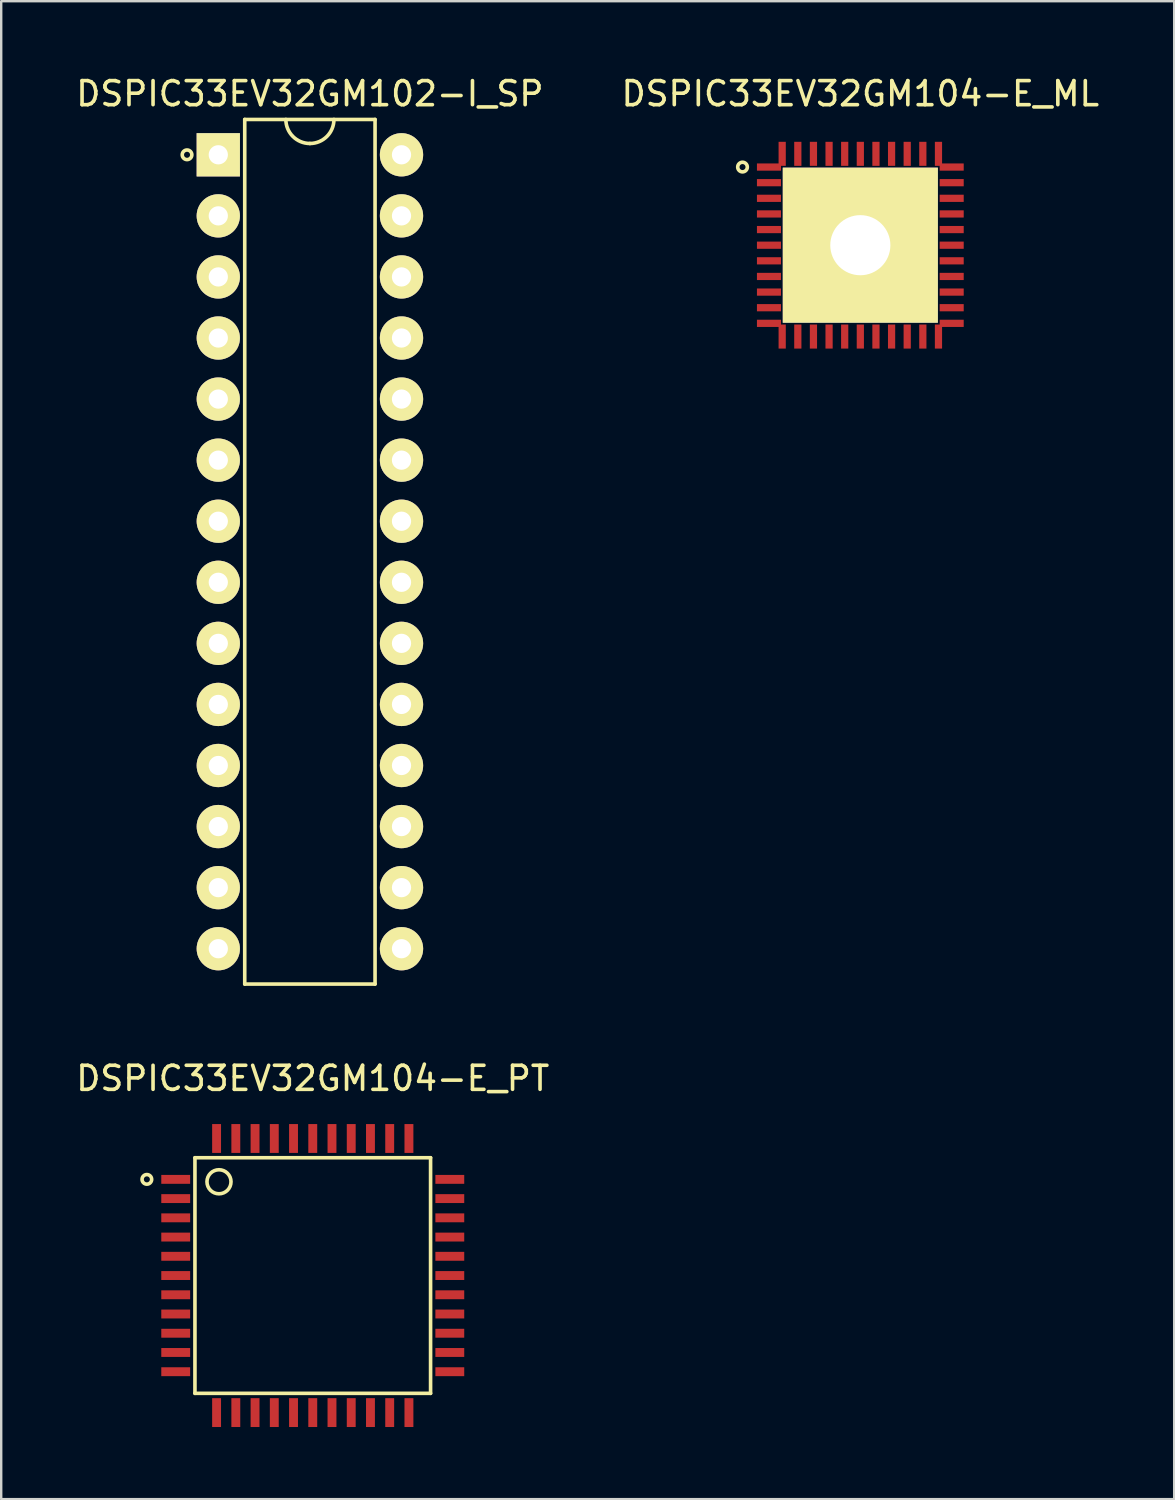
<source format=kicad_pcb>
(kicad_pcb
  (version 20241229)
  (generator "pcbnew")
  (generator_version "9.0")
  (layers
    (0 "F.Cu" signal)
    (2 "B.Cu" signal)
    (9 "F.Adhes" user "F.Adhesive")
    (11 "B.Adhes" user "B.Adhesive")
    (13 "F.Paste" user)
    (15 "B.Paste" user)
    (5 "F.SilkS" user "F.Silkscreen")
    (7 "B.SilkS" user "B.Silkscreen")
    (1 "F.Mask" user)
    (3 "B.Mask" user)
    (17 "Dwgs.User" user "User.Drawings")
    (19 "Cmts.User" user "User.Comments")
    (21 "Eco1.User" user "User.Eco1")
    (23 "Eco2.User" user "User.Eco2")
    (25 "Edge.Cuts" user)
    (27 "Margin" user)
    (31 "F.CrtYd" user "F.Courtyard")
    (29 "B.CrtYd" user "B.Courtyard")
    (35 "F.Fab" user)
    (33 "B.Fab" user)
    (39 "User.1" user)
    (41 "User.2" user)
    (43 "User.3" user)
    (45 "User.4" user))
  (footprint "DSPIC33EV32GM104-E_ML"
    (layer "F.Cu")
    (at 28.932 3.348)
    (property "Reference" "DSPIC33EV32GM104-E_ML" (at 3.8 -2.5 0) (layer "F.SilkS") (effects (font (size 1 1) (thickness 0.15))))
    (attr through_hole)
    (fp_line (start 0.7 0.7) (end 0.7 6.9) (stroke (width 0.15) (type solid)) (layer "F.SilkS"))
    (fp_line (start 0.7 0.7) (end 6.9 0.7) (stroke (width 0.15) (type solid)) (layer "F.SilkS"))
    (fp_line (start 0.7 6.9) (end 6.9 6.9) (stroke (width 0.15) (type solid)) (layer "F.SilkS"))
    (fp_line (start 6.9 6.9) (end 6.9 0.7) (stroke (width 0.15) (type solid)) (layer "F.SilkS"))
    (fp_circle (center -1.1 0.55) (end -1.1 0.35) (stroke (width 0.15) (type solid)) (fill no) (layer "F.SilkS"))
    (fp_circle (center 1.7 1.7) (end 1.7 1.2) (stroke (width 0.15) (type solid)) (fill no) (layer "F.SilkS"))
    (pad "1" smd rect (at 0 0.55) (size 1 0.3) (layers "F.Cu" "F.Mask" "F.Paste"))
    (pad "2" smd rect (at 0 1.2) (size 1 0.3) (layers "F.Cu" "F.Mask" "F.Paste"))
    (pad "3" smd rect (at 0 1.85) (size 1 0.3) (layers "F.Cu" "F.Mask" "F.Paste"))
    (pad "4" smd rect (at 0 2.5) (size 1 0.3) (layers "F.Cu" "F.Mask" "F.Paste"))
    (pad "5" smd rect (at 0 3.15) (size 1 0.3) (layers "F.Cu" "F.Mask" "F.Paste"))
    (pad "6" smd rect (at 0 3.8) (size 1 0.3) (layers "F.Cu" "F.Mask" "F.Paste"))
    (pad "7" smd rect (at 0 4.45) (size 1 0.3) (layers "F.Cu" "F.Mask" "F.Paste"))
    (pad "8" smd rect (at 0 5.1) (size 1 0.3) (layers "F.Cu" "F.Mask" "F.Paste"))
    (pad "9" smd rect (at 0 5.75) (size 1 0.3) (layers "F.Cu" "F.Mask" "F.Paste"))
    (pad "10" smd rect (at 0 6.4) (size 1 0.3) (layers "F.Cu" "F.Mask" "F.Paste"))
    (pad "11" smd rect (at 0 7.05) (size 1 0.3) (layers "F.Cu" "F.Mask" "F.Paste"))
    (pad "12" smd rect (at 0.55 7.6) (size 0.3 1) (layers "F.Cu" "F.Mask" "F.Paste"))
    (pad "13" smd rect (at 1.2 7.6) (size 0.3 1) (layers "F.Cu" "F.Mask" "F.Paste"))
    (pad "14" smd rect (at 1.85 7.6) (size 0.3 1) (layers "F.Cu" "F.Mask" "F.Paste"))
    (pad "15" smd rect (at 2.5 7.6) (size 0.3 1) (layers "F.Cu" "F.Mask" "F.Paste"))
    (pad "16" smd rect (at 3.15 7.6) (size 0.3 1) (layers "F.Cu" "F.Mask" "F.Paste"))
    (pad "17" smd rect (at 3.8 7.6) (size 0.3 1) (layers "F.Cu" "F.Mask" "F.Paste"))
    (pad "18" smd rect (at 4.45 7.6) (size 0.3 1) (layers "F.Cu" "F.Mask" "F.Paste"))
    (pad "19" smd rect (at 5.1 7.6) (size 0.3 1) (layers "F.Cu" "F.Mask" "F.Paste"))
    (pad "20" smd rect (at 5.75 7.6) (size 0.3 1) (layers "F.Cu" "F.Mask" "F.Paste"))
    (pad "21" smd rect (at 6.4 7.6) (size 0.3 1) (layers "F.Cu" "F.Mask" "F.Paste"))
    (pad "22" smd rect (at 7.05 7.6) (size 0.3 1) (layers "F.Cu" "F.Mask" "F.Paste"))
    (pad "23" smd rect (at 7.6 7.05) (size 1 0.3) (layers "F.Cu" "F.Mask" "F.Paste"))
    (pad "24" smd rect (at 7.6 6.4) (size 1 0.3) (layers "F.Cu" "F.Mask" "F.Paste"))
    (pad "25" smd rect (at 7.6 5.75) (size 1 0.3) (layers "F.Cu" "F.Mask" "F.Paste"))
    (pad "26" smd rect (at 7.6 5.1) (size 1 0.3) (layers "F.Cu" "F.Mask" "F.Paste"))
    (pad "27" smd rect (at 7.6 4.45) (size 1 0.3) (layers "F.Cu" "F.Mask" "F.Paste"))
    (pad "28" smd rect (at 7.6 3.8) (size 1 0.3) (layers "F.Cu" "F.Mask" "F.Paste"))
    (pad "29" smd rect (at 7.6 3.15) (size 1 0.3) (layers "F.Cu" "F.Mask" "F.Paste"))
    (pad "30" smd rect (at 7.6 2.5) (size 1 0.3) (layers "F.Cu" "F.Mask" "F.Paste"))
    (pad "31" smd rect (at 7.6 1.85) (size 1 0.3) (layers "F.Cu" "F.Mask" "F.Paste"))
    (pad "32" smd rect (at 7.6 1.2) (size 1 0.3) (layers "F.Cu" "F.Mask" "F.Paste"))
    (pad "33" smd rect (at 7.6 0.55) (size 1 0.3) (layers "F.Cu" "F.Mask" "F.Paste"))
    (pad "34" smd rect (at 7.05 0) (size 0.3 1) (layers "F.Cu" "F.Mask" "F.Paste"))
    (pad "35" smd rect (at 6.4 0) (size 0.3 1) (layers "F.Cu" "F.Mask" "F.Paste"))
    (pad "36" smd rect (at 5.75 0) (size 0.3 1) (layers "F.Cu" "F.Mask" "F.Paste"))
    (pad "37" smd rect (at 5.1 0) (size 0.3 1) (layers "F.Cu" "F.Mask" "F.Paste"))
    (pad "38" smd rect (at 4.45 0) (size 0.3 1) (layers "F.Cu" "F.Mask" "F.Paste"))
    (pad "39" smd rect (at 3.8 0) (size 0.3 1) (layers "F.Cu" "F.Mask" "F.Paste"))
    (pad "40" smd rect (at 3.15 0) (size 0.3 1) (layers "F.Cu" "F.Mask" "F.Paste"))
    (pad "41" smd rect (at 2.5 0) (size 0.3 1) (layers "F.Cu" "F.Mask" "F.Paste"))
    (pad "42" smd rect (at 1.85 0) (size 0.3 1) (layers "F.Cu" "F.Mask" "F.Paste"))
    (pad "43" smd rect (at 1.2 0) (size 0.3 1) (layers "F.Cu" "F.Mask" "F.Paste"))
    (pad "44" smd rect (at 0.55 0) (size 0.3 1) (layers "F.Cu" "F.Mask" "F.Paste"))
    (pad "999" thru_hole rect (at 3.8 3.8) (size 6.45 6.45) (drill 2.5) (layers "*.Cu" "*.Mask" "F.SilkS")))
  (footprint "DSPIC33EV32GM102-I_SP"
    (layer "F.Cu")
    (at 6.029 3.388)
    (property "Reference" "DSPIC33EV32GM102-I_SP" (at 3.81 -2.54 0) (layer "F.SilkS") (effects (font (size 1 1) (thickness 0.15))))
    (attr through_hole)
    (fp_line (start 1.1 -1.47) (end 6.52 -1.47) (stroke (width 0.15) (type solid)) (layer "F.SilkS"))
    (fp_line (start 1.1 34.49) (end 1.1 -1.47) (stroke (width 0.15) (type solid)) (layer "F.SilkS"))
    (fp_line (start 6.52 -1.47) (end 6.52 34.49) (stroke (width 0.15) (type solid)) (layer "F.SilkS"))
    (fp_line (start 6.52 34.49) (end 1.1 34.49) (stroke (width 0.15) (type solid)) (layer "F.SilkS"))
    (fp_arc (start 3.81 -0.47) (mid 3.102893 -0.762893) (end 2.81 -1.47) (stroke (width 0.15) (type solid)) (layer "F.SilkS"))
    (fp_arc (start 4.81 -1.47) (mid 4.517107 -0.762893) (end 3.81 -0.47) (stroke (width 0.15) (type solid)) (layer "F.SilkS"))
    (fp_circle (center -1.3 0) (end -1.3 0.2) (stroke (width 0.15) (type solid)) (fill no) (layer "F.SilkS"))
    (pad "1" thru_hole rect (at 0 0) (size 1.8 1.8) (drill 0.8) (layers "*.Cu" "*.Mask" "F.SilkS"))
    (pad "2" thru_hole circle (at 0 2.54) (size 1.8 1.8) (drill 0.8) (layers "*.Cu" "*.Mask" "F.SilkS"))
    (pad "3" thru_hole circle (at 0 5.08) (size 1.8 1.8) (drill 0.8) (layers "*.Cu" "*.Mask" "F.SilkS"))
    (pad "4" thru_hole circle (at 0 7.62) (size 1.8 1.8) (drill 0.8) (layers "*.Cu" "*.Mask" "F.SilkS"))
    (pad "5" thru_hole circle (at 0 10.16) (size 1.8 1.8) (drill 0.8) (layers "*.Cu" "*.Mask" "F.SilkS"))
    (pad "6" thru_hole circle (at 0 12.7) (size 1.8 1.8) (drill 0.8) (layers "*.Cu" "*.Mask" "F.SilkS"))
    (pad "7" thru_hole circle (at 0 15.24) (size 1.8 1.8) (drill 0.8) (layers "*.Cu" "*.Mask" "F.SilkS"))
    (pad "8" thru_hole circle (at 0 17.78) (size 1.8 1.8) (drill 0.8) (layers "*.Cu" "*.Mask" "F.SilkS"))
    (pad "9" thru_hole circle (at 0 20.32) (size 1.8 1.8) (drill 0.8) (layers "*.Cu" "*.Mask" "F.SilkS"))
    (pad "10" thru_hole circle (at 0 22.86) (size 1.8 1.8) (drill 0.8) (layers "*.Cu" "*.Mask" "F.SilkS"))
    (pad "11" thru_hole circle (at 0 25.4) (size 1.8 1.8) (drill 0.8) (layers "*.Cu" "*.Mask" "F.SilkS"))
    (pad "12" thru_hole circle (at 0 27.94) (size 1.8 1.8) (drill 0.8) (layers "*.Cu" "*.Mask" "F.SilkS"))
    (pad "13" thru_hole circle (at 0 30.48) (size 1.8 1.8) (drill 0.8) (layers "*.Cu" "*.Mask" "F.SilkS"))
    (pad "14" thru_hole circle (at 0 33.02) (size 1.8 1.8) (drill 0.8) (layers "*.Cu" "*.Mask" "F.SilkS"))
    (pad "15" thru_hole circle (at 7.62 33.02) (size 1.8 1.8) (drill 0.8) (layers "*.Cu" "*.Mask" "F.SilkS"))
    (pad "16" thru_hole circle (at 7.62 30.48) (size 1.8 1.8) (drill 0.8) (layers "*.Cu" "*.Mask" "F.SilkS"))
    (pad "17" thru_hole circle (at 7.62 27.94) (size 1.8 1.8) (drill 0.8) (layers "*.Cu" "*.Mask" "F.SilkS"))
    (pad "18" thru_hole circle (at 7.62 25.4) (size 1.8 1.8) (drill 0.8) (layers "*.Cu" "*.Mask" "F.SilkS"))
    (pad "19" thru_hole circle (at 7.62 22.86) (size 1.8 1.8) (drill 0.8) (layers "*.Cu" "*.Mask" "F.SilkS"))
    (pad "20" thru_hole circle (at 7.62 20.32) (size 1.8 1.8) (drill 0.8) (layers "*.Cu" "*.Mask" "F.SilkS"))
    (pad "21" thru_hole circle (at 7.62 17.78) (size 1.8 1.8) (drill 0.8) (layers "*.Cu" "*.Mask" "F.SilkS"))
    (pad "22" thru_hole circle (at 7.62 15.24) (size 1.8 1.8) (drill 0.8) (layers "*.Cu" "*.Mask" "F.SilkS"))
    (pad "23" thru_hole circle (at 7.62 12.7) (size 1.8 1.8) (drill 0.8) (layers "*.Cu" "*.Mask" "F.SilkS"))
    (pad "24" thru_hole circle (at 7.62 10.16) (size 1.8 1.8) (drill 0.8) (layers "*.Cu" "*.Mask" "F.SilkS"))
    (pad "25" thru_hole circle (at 7.62 7.62) (size 1.8 1.8) (drill 0.8) (layers "*.Cu" "*.Mask" "F.SilkS"))
    (pad "26" thru_hole circle (at 7.62 5.08) (size 1.8 1.8) (drill 0.8) (layers "*.Cu" "*.Mask" "F.SilkS"))
    (pad "27" thru_hole circle (at 7.62 2.54) (size 1.8 1.8) (drill 0.8) (layers "*.Cu" "*.Mask" "F.SilkS"))
    (pad "28" thru_hole circle (at 7.62 0) (size 1.8 1.8) (drill 0.8) (layers "*.Cu" "*.Mask" "F.SilkS")))
  (footprint "DSPIC33EV32GM104-E_PT"
    (layer "F.Cu")
    (at 4.258 44.301)
    (property "Reference" "DSPIC33EV32GM104-E_PT" (at 5.7 -2.5 0) (layer "F.SilkS") (effects (font (size 1 1) (thickness 0.15))))
    (attr through_hole)
    (fp_line (start 0.8 0.8) (end 0.8 10.6) (stroke (width 0.15) (type solid)) (layer "F.SilkS"))
    (fp_line (start 0.8 0.8) (end 10.6 0.8) (stroke (width 0.15) (type solid)) (layer "F.SilkS"))
    (fp_line (start 0.8 10.6) (end 10.6 10.6) (stroke (width 0.15) (type solid)) (layer "F.SilkS"))
    (fp_line (start 10.6 10.6) (end 10.6 0.8) (stroke (width 0.15) (type solid)) (layer "F.SilkS"))
    (fp_circle (center -1.2 1.7) (end -1.2 1.5) (stroke (width 0.15) (type solid)) (fill no) (layer "F.SilkS"))
    (fp_circle (center 1.8 1.8) (end 1.8 1.3) (stroke (width 0.15) (type solid)) (fill no) (layer "F.SilkS"))
    (pad "1" smd rect (at 0 1.7) (size 1.2 0.37) (layers "F.Cu" "F.Mask" "F.Paste"))
    (pad "2" smd rect (at 0 2.5) (size 1.2 0.37) (layers "F.Cu" "F.Mask" "F.Paste"))
    (pad "3" smd rect (at 0 3.3) (size 1.2 0.37) (layers "F.Cu" "F.Mask" "F.Paste"))
    (pad "4" smd rect (at 0 4.1) (size 1.2 0.37) (layers "F.Cu" "F.Mask" "F.Paste"))
    (pad "5" smd rect (at 0 4.9) (size 1.2 0.37) (layers "F.Cu" "F.Mask" "F.Paste"))
    (pad "6" smd rect (at 0 5.7) (size 1.2 0.37) (layers "F.Cu" "F.Mask" "F.Paste"))
    (pad "7" smd rect (at 0 6.5) (size 1.2 0.37) (layers "F.Cu" "F.Mask" "F.Paste"))
    (pad "8" smd rect (at 0 7.3) (size 1.2 0.37) (layers "F.Cu" "F.Mask" "F.Paste"))
    (pad "9" smd rect (at 0 8.1) (size 1.2 0.37) (layers "F.Cu" "F.Mask" "F.Paste"))
    (pad "10" smd rect (at 0 8.9) (size 1.2 0.37) (layers "F.Cu" "F.Mask" "F.Paste"))
    (pad "11" smd rect (at 0 9.7) (size 1.2 0.37) (layers "F.Cu" "F.Mask" "F.Paste"))
    (pad "12" smd rect (at 1.7 11.4) (size 0.37 1.2) (layers "F.Cu" "F.Mask" "F.Paste"))
    (pad "13" smd rect (at 2.5 11.4) (size 0.37 1.2) (layers "F.Cu" "F.Mask" "F.Paste"))
    (pad "14" smd rect (at 3.3 11.4) (size 0.37 1.2) (layers "F.Cu" "F.Mask" "F.Paste"))
    (pad "15" smd rect (at 4.1 11.4) (size 0.37 1.2) (layers "F.Cu" "F.Mask" "F.Paste"))
    (pad "16" smd rect (at 4.9 11.4) (size 0.37 1.2) (layers "F.Cu" "F.Mask" "F.Paste"))
    (pad "17" smd rect (at 5.7 11.4) (size 0.37 1.2) (layers "F.Cu" "F.Mask" "F.Paste"))
    (pad "18" smd rect (at 6.5 11.4) (size 0.37 1.2) (layers "F.Cu" "F.Mask" "F.Paste"))
    (pad "19" smd rect (at 7.3 11.4) (size 0.37 1.2) (layers "F.Cu" "F.Mask" "F.Paste"))
    (pad "20" smd rect (at 8.1 11.4) (size 0.37 1.2) (layers "F.Cu" "F.Mask" "F.Paste"))
    (pad "21" smd rect (at 8.9 11.4) (size 0.37 1.2) (layers "F.Cu" "F.Mask" "F.Paste"))
    (pad "22" smd rect (at 9.7 11.4) (size 0.37 1.2) (layers "F.Cu" "F.Mask" "F.Paste"))
    (pad "23" smd rect (at 11.4 9.7) (size 1.2 0.37) (layers "F.Cu" "F.Mask" "F.Paste"))
    (pad "24" smd rect (at 11.4 8.9) (size 1.2 0.37) (layers "F.Cu" "F.Mask" "F.Paste"))
    (pad "25" smd rect (at 11.4 8.1) (size 1.2 0.37) (layers "F.Cu" "F.Mask" "F.Paste"))
    (pad "26" smd rect (at 11.4 7.3) (size 1.2 0.37) (layers "F.Cu" "F.Mask" "F.Paste"))
    (pad "27" smd rect (at 11.4 6.5) (size 1.2 0.37) (layers "F.Cu" "F.Mask" "F.Paste"))
    (pad "28" smd rect (at 11.4 5.7) (size 1.2 0.37) (layers "F.Cu" "F.Mask" "F.Paste"))
    (pad "29" smd rect (at 11.4 4.9) (size 1.2 0.37) (layers "F.Cu" "F.Mask" "F.Paste"))
    (pad "30" smd rect (at 11.4 4.1) (size 1.2 0.37) (layers "F.Cu" "F.Mask" "F.Paste"))
    (pad "31" smd rect (at 11.4 3.3) (size 1.2 0.37) (layers "F.Cu" "F.Mask" "F.Paste"))
    (pad "32" smd rect (at 11.4 2.5) (size 1.2 0.37) (layers "F.Cu" "F.Mask" "F.Paste"))
    (pad "33" smd rect (at 11.4 1.7) (size 1.2 0.37) (layers "F.Cu" "F.Mask" "F.Paste"))
    (pad "34" smd rect (at 9.7 0) (size 0.37 1.2) (layers "F.Cu" "F.Mask" "F.Paste"))
    (pad "35" smd rect (at 8.9 0) (size 0.37 1.2) (layers "F.Cu" "F.Mask" "F.Paste"))
    (pad "36" smd rect (at 8.1 0) (size 0.37 1.2) (layers "F.Cu" "F.Mask" "F.Paste"))
    (pad "37" smd rect (at 7.3 0) (size 0.37 1.2) (layers "F.Cu" "F.Mask" "F.Paste"))
    (pad "38" smd rect (at 6.5 0) (size 0.37 1.2) (layers "F.Cu" "F.Mask" "F.Paste"))
    (pad "39" smd rect (at 5.7 0) (size 0.37 1.2) (layers "F.Cu" "F.Mask" "F.Paste"))
    (pad "40" smd rect (at 4.9 0) (size 0.37 1.2) (layers "F.Cu" "F.Mask" "F.Paste"))
    (pad "41" smd rect (at 4.1 0) (size 0.37 1.2) (layers "F.Cu" "F.Mask" "F.Paste"))
    (pad "42" smd rect (at 3.3 0) (size 0.37 1.2) (layers "F.Cu" "F.Mask" "F.Paste"))
    (pad "43" smd rect (at 2.5 0) (size 0.37 1.2) (layers "F.Cu" "F.Mask" "F.Paste"))
    (pad "44" smd rect (at 1.7 0) (size 0.37 1.2) (layers "F.Cu" "F.Mask" "F.Paste")))
  (gr_rect
    (start -3 -3)
    (end 45.786 59.301)
    (stroke (width 0.1) (type default))
    (fill no)
    (layer "Edge.Cuts")))
</source>
